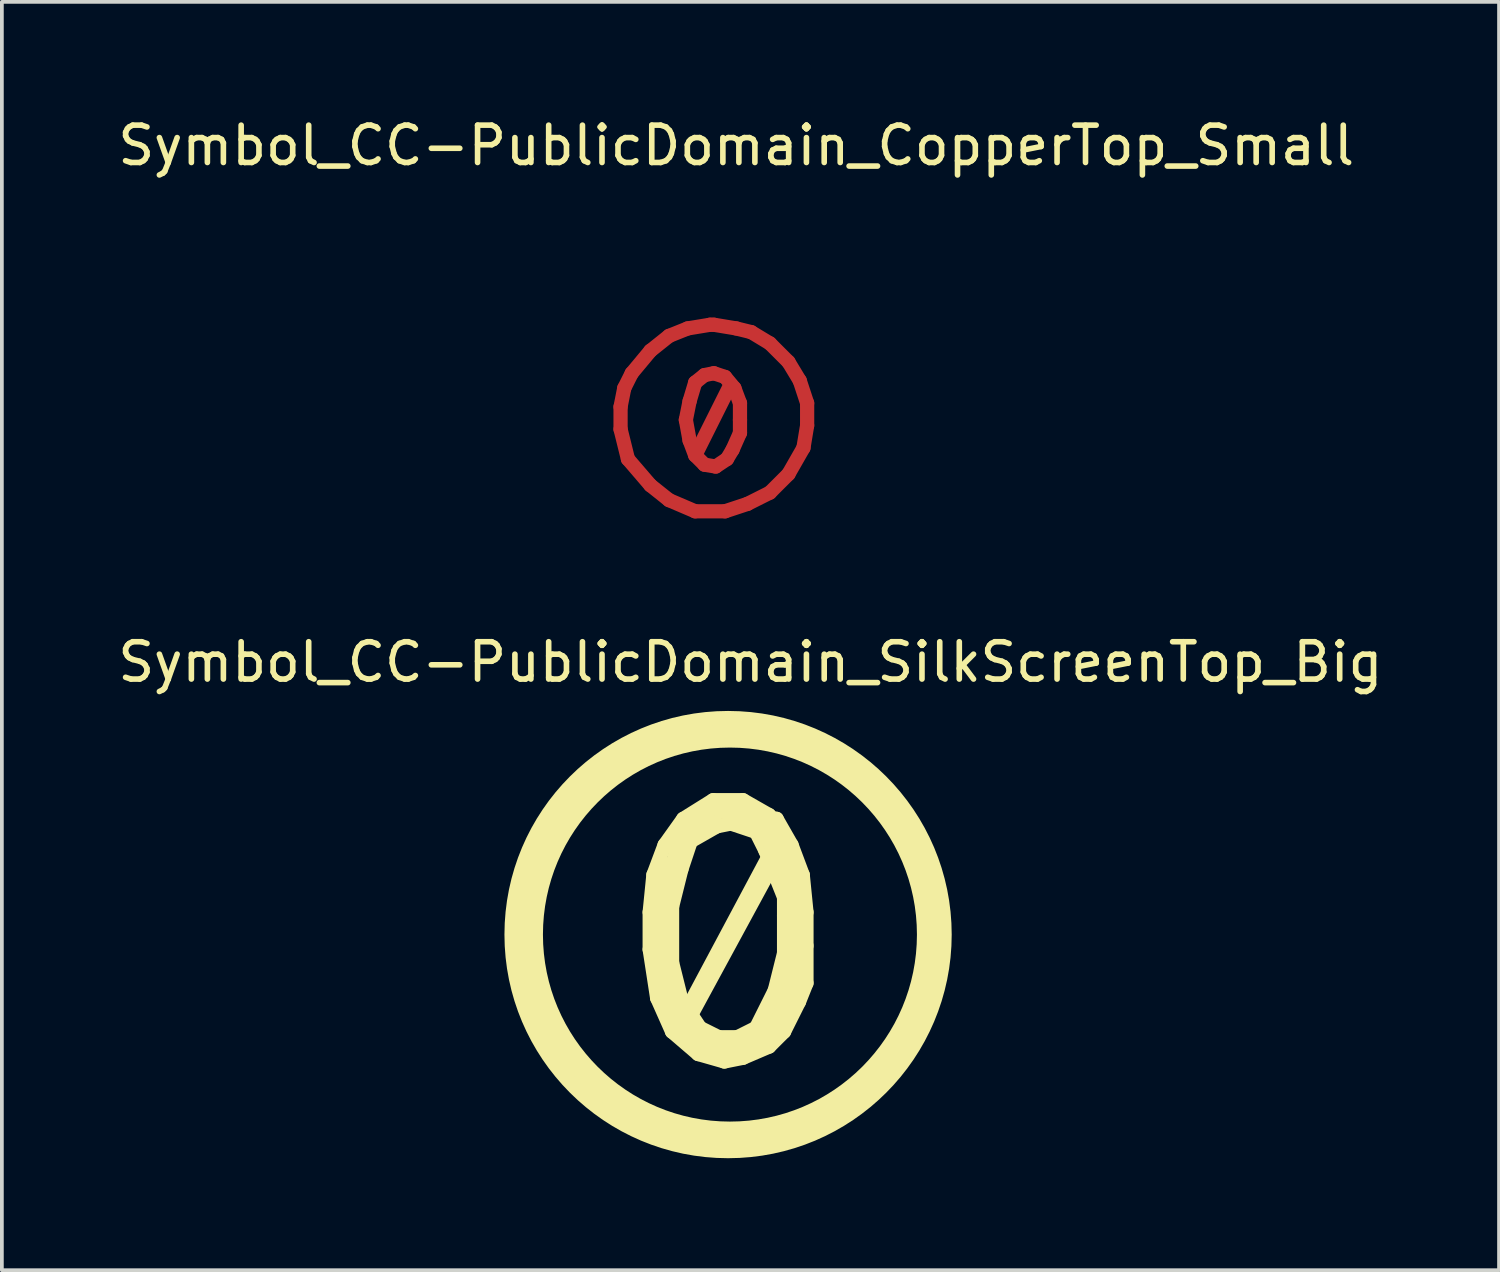
<source format=kicad_pcb>
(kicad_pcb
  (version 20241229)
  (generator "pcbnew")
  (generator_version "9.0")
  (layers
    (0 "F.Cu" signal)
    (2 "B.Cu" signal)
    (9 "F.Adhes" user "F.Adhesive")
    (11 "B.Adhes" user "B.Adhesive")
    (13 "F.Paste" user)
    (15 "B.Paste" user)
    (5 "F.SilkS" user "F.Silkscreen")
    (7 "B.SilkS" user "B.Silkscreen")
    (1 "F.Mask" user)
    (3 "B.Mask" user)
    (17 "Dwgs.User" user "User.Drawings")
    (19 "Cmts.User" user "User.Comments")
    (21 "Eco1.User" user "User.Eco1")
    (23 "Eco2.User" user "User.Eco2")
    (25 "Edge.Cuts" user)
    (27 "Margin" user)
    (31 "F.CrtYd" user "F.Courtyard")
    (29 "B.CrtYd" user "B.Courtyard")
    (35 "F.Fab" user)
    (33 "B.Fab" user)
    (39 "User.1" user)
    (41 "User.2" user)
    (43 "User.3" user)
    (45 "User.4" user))
  (footprint "Symbol_CC-PublicDomain_CopperTop_Small"
    (layer "F.Cu")
    (at 16.073 8.148)
    (property "Reference" "Symbol_CC-PublicDomain_CopperTop_Small" (at 0.599 -7.3 0) (layer "F.SilkS") (effects (font (size 1 1) (thickness 0.15))))
    (attr exclude_from_pos_files exclude_from_bom)
    (fp_line (start -2.499 -0.3) (end -2.499 0.3) (stroke (width 0.381) (type solid)) (layer "F.Cu"))
    (fp_line (start -2.499 0.3) (end -2.301 1.1) (stroke (width 0.381) (type solid)) (layer "F.Cu"))
    (fp_line (start -2.4 -0.8) (end -2.499 -0.3) (stroke (width 0.381) (type solid)) (layer "F.Cu"))
    (fp_line (start -2.301 1.1) (end -1.699 1.801) (stroke (width 0.381) (type solid)) (layer "F.Cu"))
    (fp_line (start -2.2 -1.199) (end -2.4 -0.8) (stroke (width 0.381) (type solid)) (layer "F.Cu"))
    (fp_line (start -1.699 -1.801) (end -2.2 -1.199) (stroke (width 0.381) (type solid)) (layer "F.Cu"))
    (fp_line (start -1.699 1.801) (end -1.199 2.2) (stroke (width 0.381) (type solid)) (layer "F.Cu"))
    (fp_line (start -1.199 -2.2) (end -1.699 -1.801) (stroke (width 0.381) (type solid)) (layer "F.Cu"))
    (fp_line (start -1.199 2.2) (end -0.5 2.499) (stroke (width 0.381) (type solid)) (layer "F.Cu"))
    (fp_line (start -0.75 0.05) (end -0.65 -0.45) (stroke (width 0.381) (type solid)) (layer "F.Cu"))
    (fp_line (start -0.701 -2.4) (end -1.199 -2.2) (stroke (width 0.381) (type solid)) (layer "F.Cu"))
    (fp_line (start -0.65 -0.45) (end -0.5 -0.95) (stroke (width 0.381) (type solid)) (layer "F.Cu"))
    (fp_line (start -0.65 0.6) (end -0.75 0.05) (stroke (width 0.381) (type solid)) (layer "F.Cu"))
    (fp_line (start -0.5 2.499) (end 0.3 2.499) (stroke (width 0.381) (type solid)) (layer "F.Cu"))
    (fp_line (start -0.5 -0.95) (end -0.25 -1.15) (stroke (width 0.381) (type solid)) (layer "F.Cu"))
    (fp_line (start -0.5 1) (end -0.65 0.6) (stroke (width 0.381) (type solid)) (layer "F.Cu"))
    (fp_line (start -0.25 -1.15) (end 0 -1.2) (stroke (width 0.381) (type solid)) (layer "F.Cu"))
    (fp_line (start -0.25 1.25) (end -0.5 1) (stroke (width 0.381) (type solid)) (layer "F.Cu"))
    (fp_line (start -0.099 -2.499) (end -0.701 -2.4) (stroke (width 0.381) (type solid)) (layer "F.Cu"))
    (fp_line (start 0 -2.499) (end -0.099 -2.499) (stroke (width 0.381) (type solid)) (layer "F.Cu"))
    (fp_line (start 0 -1.2) (end 0.3 -1.1) (stroke (width 0.381) (type solid)) (layer "F.Cu"))
    (fp_line (start 0.05 1.3) (end -0.25 1.25) (stroke (width 0.381) (type solid)) (layer "F.Cu"))
    (fp_line (start 0.3 2.499) (end 0.899 2.301) (stroke (width 0.381) (type solid)) (layer "F.Cu"))
    (fp_line (start 0.3 -1.1) (end 0.55 -0.8) (stroke (width 0.381) (type solid)) (layer "F.Cu"))
    (fp_line (start 0.35 1.1) (end 0.05 1.3) (stroke (width 0.381) (type solid)) (layer "F.Cu"))
    (fp_line (start 0.45 -0.9) (end -0.45 0.9) (stroke (width 0.381) (type solid)) (layer "F.Cu"))
    (fp_line (start 0.5 0.85) (end 0.35 1.1) (stroke (width 0.381) (type solid)) (layer "F.Cu"))
    (fp_line (start 0.55 -0.8) (end 0.7 -0.4) (stroke (width 0.381) (type solid)) (layer "F.Cu"))
    (fp_line (start 0.599 -2.4) (end 0 -2.499) (stroke (width 0.381) (type solid)) (layer "F.Cu"))
    (fp_line (start 0.7 -0.4) (end 0.7 0.05) (stroke (width 0.381) (type solid)) (layer "F.Cu"))
    (fp_line (start 0.7 0.05) (end 0.7 0.4) (stroke (width 0.381) (type solid)) (layer "F.Cu"))
    (fp_line (start 0.7 0.4) (end 0.5 0.85) (stroke (width 0.381) (type solid)) (layer "F.Cu"))
    (fp_line (start 0.899 2.301) (end 1.501 1.999) (stroke (width 0.381) (type solid)) (layer "F.Cu"))
    (fp_line (start 1.001 -2.301) (end 0.599 -2.4) (stroke (width 0.381) (type solid)) (layer "F.Cu"))
    (fp_line (start 1.501 -1.999) (end 1.001 -2.301) (stroke (width 0.381) (type solid)) (layer "F.Cu"))
    (fp_line (start 1.501 1.999) (end 1.999 1.501) (stroke (width 0.381) (type solid)) (layer "F.Cu"))
    (fp_line (start 1.999 -1.501) (end 1.501 -1.999) (stroke (width 0.381) (type solid)) (layer "F.Cu"))
    (fp_line (start 1.999 1.501) (end 2.4 0.8) (stroke (width 0.381) (type solid)) (layer "F.Cu"))
    (fp_line (start 2.301 -1.001) (end 1.999 -1.501) (stroke (width 0.381) (type solid)) (layer "F.Cu"))
    (fp_line (start 2.4 0.8) (end 2.499 0.201) (stroke (width 0.381) (type solid)) (layer "F.Cu"))
    (fp_line (start 2.499 -0.399) (end 2.301 -1.001) (stroke (width 0.381) (type solid)) (layer "F.Cu"))
    (fp_line (start 2.499 0.201) (end 2.499 -0.399) (stroke (width 0.381) (type solid)) (layer "F.Cu")))
  (footprint "Symbol_CC-PublicDomain_SilkScreenTop_Big"
    (layer "F.Cu")
    (at 16.454 21.986)
    (property "Reference" "Symbol_CC-PublicDomain_SilkScreenTop_Big" (at 0.599 -7.3 0) (layer "F.SilkS") (effects (font (size 1 1) (thickness 0.15))))
    (attr exclude_from_pos_files exclude_from_bom)
    (fp_line (start -2.1 -0.6) (end -2 -1.6) (stroke (width 0.381) (type solid)) (layer "F.SilkS"))
    (fp_line (start -2.1 0.4) (end -2.1 -0.6) (stroke (width 0.381) (type solid)) (layer "F.SilkS"))
    (fp_line (start -2 -1.6) (end -1.7 -2.4) (stroke (width 0.381) (type solid)) (layer "F.SilkS"))
    (fp_line (start -1.9 0.6) (end -1.7 -1.9) (stroke (width 0.381) (type solid)) (layer "F.SilkS"))
    (fp_line (start -1.9 1.7) (end -2.1 0.4) (stroke (width 0.381) (type solid)) (layer "F.SilkS"))
    (fp_line (start -1.8 -0.7) (end -1.4 -2.2) (stroke (width 0.381) (type solid)) (layer "F.SilkS"))
    (fp_line (start -1.8 1.2) (end -1.6 1.9) (stroke (width 0.381) (type solid)) (layer "F.SilkS"))
    (fp_line (start -1.7 -2.4) (end -1.2 -3.1) (stroke (width 0.381) (type solid)) (layer "F.SilkS"))
    (fp_line (start -1.7 1) (end -1.8 -0.7) (stroke (width 0.381) (type solid)) (layer "F.SilkS"))
    (fp_line (start -1.6 1.9) (end -1.2 2.5) (stroke (width 0.381) (type solid)) (layer "F.SilkS"))
    (fp_line (start -1.5 -0.75) (end -1.25 -1.75) (stroke (width 0.381) (type solid)) (layer "F.SilkS"))
    (fp_line (start -1.5 0.75) (end -1.5 -0.75) (stroke (width 0.381) (type solid)) (layer "F.SilkS"))
    (fp_line (start -1.5 2.6) (end -1.9 1.7) (stroke (width 0.381) (type solid)) (layer "F.SilkS"))
    (fp_line (start -1.4 -2.2) (end -1 -2.9) (stroke (width 0.381) (type solid)) (layer "F.SilkS"))
    (fp_line (start -1.3 2.3) (end -1.7 1) (stroke (width 0.381) (type solid)) (layer "F.SilkS"))
    (fp_line (start -1.25 -1.75) (end -1 -2.5) (stroke (width 0.381) (type solid)) (layer "F.SilkS"))
    (fp_line (start -1.25 1.75) (end -1.5 0.75) (stroke (width 0.381) (type solid)) (layer "F.SilkS"))
    (fp_line (start -1.2 -3.1) (end -0.4 -3.6) (stroke (width 0.381) (type solid)) (layer "F.SilkS"))
    (fp_line (start -1.15 2.45) (end -1.1 2.65) (stroke (width 0.381) (type solid)) (layer "F.SilkS"))
    (fp_line (start -1.1 2.7) (end -1.9 0.6) (stroke (width 0.381) (type solid)) (layer "F.SilkS"))
    (fp_line (start -1 -2.9) (end -0.2 -3.3) (stroke (width 0.381) (type solid)) (layer "F.SilkS"))
    (fp_line (start -1 -2.5) (end -0.3 -2.9) (stroke (width 0.381) (type solid)) (layer "F.SilkS"))
    (fp_line (start -0.8 3.2) (end -1.5 2.6) (stroke (width 0.381) (type solid)) (layer "F.SilkS"))
    (fp_line (start -0.75 2.5) (end -1.25 1.75) (stroke (width 0.381) (type solid)) (layer "F.SilkS"))
    (fp_line (start -0.5 3.2) (end -1.1 2.7) (stroke (width 0.381) (type solid)) (layer "F.SilkS"))
    (fp_line (start -0.4 -3.6) (end 0.4 -3.6) (stroke (width 0.381) (type solid)) (layer "F.SilkS"))
    (fp_line (start -0.4 3) (end -1.3 2.3) (stroke (width 0.381) (type solid)) (layer "F.SilkS"))
    (fp_line (start -0.3 -2.9) (end 0.2 -3) (stroke (width 0.381) (type solid)) (layer "F.SilkS"))
    (fp_line (start -0.25 2.75) (end -0.75 2.5) (stroke (width 0.381) (type solid)) (layer "F.SilkS"))
    (fp_line (start -0.2 -3.3) (end 0.7 -3.2) (stroke (width 0.381) (type solid)) (layer "F.SilkS"))
    (fp_line (start -0.1 3.4) (end -0.8 3.2) (stroke (width 0.381) (type solid)) (layer "F.SilkS"))
    (fp_line (start 0 -3) (end 0.75 -2.75) (stroke (width 0.381) (type solid)) (layer "F.SilkS"))
    (fp_line (start 0.2 -3) (end 0.8 -3) (stroke (width 0.381) (type solid)) (layer "F.SilkS"))
    (fp_line (start 0.2 3.2) (end -0.5 3.2) (stroke (width 0.381) (type solid)) (layer "F.SilkS"))
    (fp_line (start 0.25 2.75) (end -0.25 2.75) (stroke (width 0.381) (type solid)) (layer "F.SilkS"))
    (fp_line (start 0.4 -3.6) (end 1.1 -3.2) (stroke (width 0.381) (type solid)) (layer "F.SilkS"))
    (fp_line (start 0.4 3.3) (end -0.1 3.4) (stroke (width 0.381) (type solid)) (layer "F.SilkS"))
    (fp_line (start 0.5 3) (end -0.4 3) (stroke (width 0.381) (type solid)) (layer "F.SilkS"))
    (fp_line (start 0.7 -3.2) (end 1.3 -3.1) (stroke (width 0.381) (type solid)) (layer "F.SilkS"))
    (fp_line (start 0.75 -2.75) (end 1 -2.25) (stroke (width 0.381) (type solid)) (layer "F.SilkS"))
    (fp_line (start 0.75 2.5) (end 0.25 2.75) (stroke (width 0.381) (type solid)) (layer "F.SilkS"))
    (fp_line (start 0.8 -3) (end 1.4 -2.3) (stroke (width 0.381) (type solid)) (layer "F.SilkS"))
    (fp_line (start 1 -2.25) (end 1.5 -1) (stroke (width 0.381) (type solid)) (layer "F.SilkS"))
    (fp_line (start 1 2.7) (end 0.5 3) (stroke (width 0.381) (type solid)) (layer "F.SilkS"))
    (fp_line (start 1.1 -3.2) (end 1.1 -2.9) (stroke (width 0.381) (type solid)) (layer "F.SilkS"))
    (fp_line (start 1.1 -2.9) (end 1.8 -1.5) (stroke (width 0.381) (type solid)) (layer "F.SilkS"))
    (fp_line (start 1.1 -2.5) (end 1.4 -1.9) (stroke (width 0.381) (type solid)) (layer "F.SilkS"))
    (fp_line (start 1.1 3) (end 0.4 3.3) (stroke (width 0.381) (type solid)) (layer "F.SilkS"))
    (fp_line (start 1.2 2.6) (end 0.2 3.2) (stroke (width 0.381) (type solid)) (layer "F.SilkS"))
    (fp_line (start 1.25 -2.4) (end -1.15 2.1) (stroke (width 0.381) (type solid)) (layer "F.SilkS"))
    (fp_line (start 1.25 1.5) (end 0.75 2.5) (stroke (width 0.381) (type solid)) (layer "F.SilkS"))
    (fp_line (start 1.3 -3.1) (end 1.7 -2.4) (stroke (width 0.381) (type solid)) (layer "F.SilkS"))
    (fp_line (start 1.4 -2.3) (end 1.6 -1.4) (stroke (width 0.381) (type solid)) (layer "F.SilkS"))
    (fp_line (start 1.4 -2.25) (end -1.15 2.45) (stroke (width 0.381) (type solid)) (layer "F.SilkS"))
    (fp_line (start 1.4 1.8) (end 1 2.7) (stroke (width 0.381) (type solid)) (layer "F.SilkS"))
    (fp_line (start 1.5 -1) (end 1.5 -0.5) (stroke (width 0.381) (type solid)) (layer "F.SilkS"))
    (fp_line (start 1.5 -0.5) (end 1.5 0.5) (stroke (width 0.381) (type solid)) (layer "F.SilkS"))
    (fp_line (start 1.5 0.5) (end 1.25 1.5) (stroke (width 0.381) (type solid)) (layer "F.SilkS"))
    (fp_line (start 1.5 2.6) (end 1.1 3) (stroke (width 0.381) (type solid)) (layer "F.SilkS"))
    (fp_line (start 1.6 -1.4) (end 1.7 -0.3) (stroke (width 0.381) (type solid)) (layer "F.SilkS"))
    (fp_line (start 1.7 -2.4) (end 2 -1.6) (stroke (width 0.381) (type solid)) (layer "F.SilkS"))
    (fp_line (start 1.7 -0.3) (end 1.7 0.9) (stroke (width 0.381) (type solid)) (layer "F.SilkS"))
    (fp_line (start 1.7 0.9) (end 1.4 1.8) (stroke (width 0.381) (type solid)) (layer "F.SilkS"))
    (fp_line (start 1.8 -1.5) (end 1.8 -0.4) (stroke (width 0.381) (type solid)) (layer "F.SilkS"))
    (fp_line (start 1.8 -0.4) (end 1.8 1.1) (stroke (width 0.381) (type solid)) (layer "F.SilkS"))
    (fp_line (start 1.8 1.1) (end 1.2 2.6) (stroke (width 0.381) (type solid)) (layer "F.SilkS"))
    (fp_line (start 1.9 1.8) (end 1.5 2.6) (stroke (width 0.381) (type solid)) (layer "F.SilkS"))
    (fp_line (start 2 -1.6) (end 2.1 -0.6) (stroke (width 0.381) (type solid)) (layer "F.SilkS"))
    (fp_line (start 2.1 -0.6) (end 2.1 0.3) (stroke (width 0.381) (type solid)) (layer "F.SilkS"))
    (fp_line (start 2.1 0.3) (end 2.1 1.3) (stroke (width 0.381) (type solid)) (layer "F.SilkS"))
    (fp_line (start 2.1 1.3) (end 1.9 1.8) (stroke (width 0.381) (type solid)) (layer "F.SilkS"))
    (fp_circle (center 0 0) (end 5.5 0) (stroke (width 0.381) (type solid)) (fill no) (layer "F.SilkS"))
    (fp_circle (center 0 0) (end 5.8 -0.05) (stroke (width 0.381) (type solid)) (fill no) (layer "F.SilkS"))
    (fp_circle (center 0.05 0) (end 5.25 0) (stroke (width 0.381) (type solid)) (fill no) (layer "F.SilkS")))
  (gr_rect
    (start -3 -3)
    (end 37.107 30.977)
    (stroke (width 0.1) (type default))
    (fill no)
    (layer "Edge.Cuts")))
</source>
